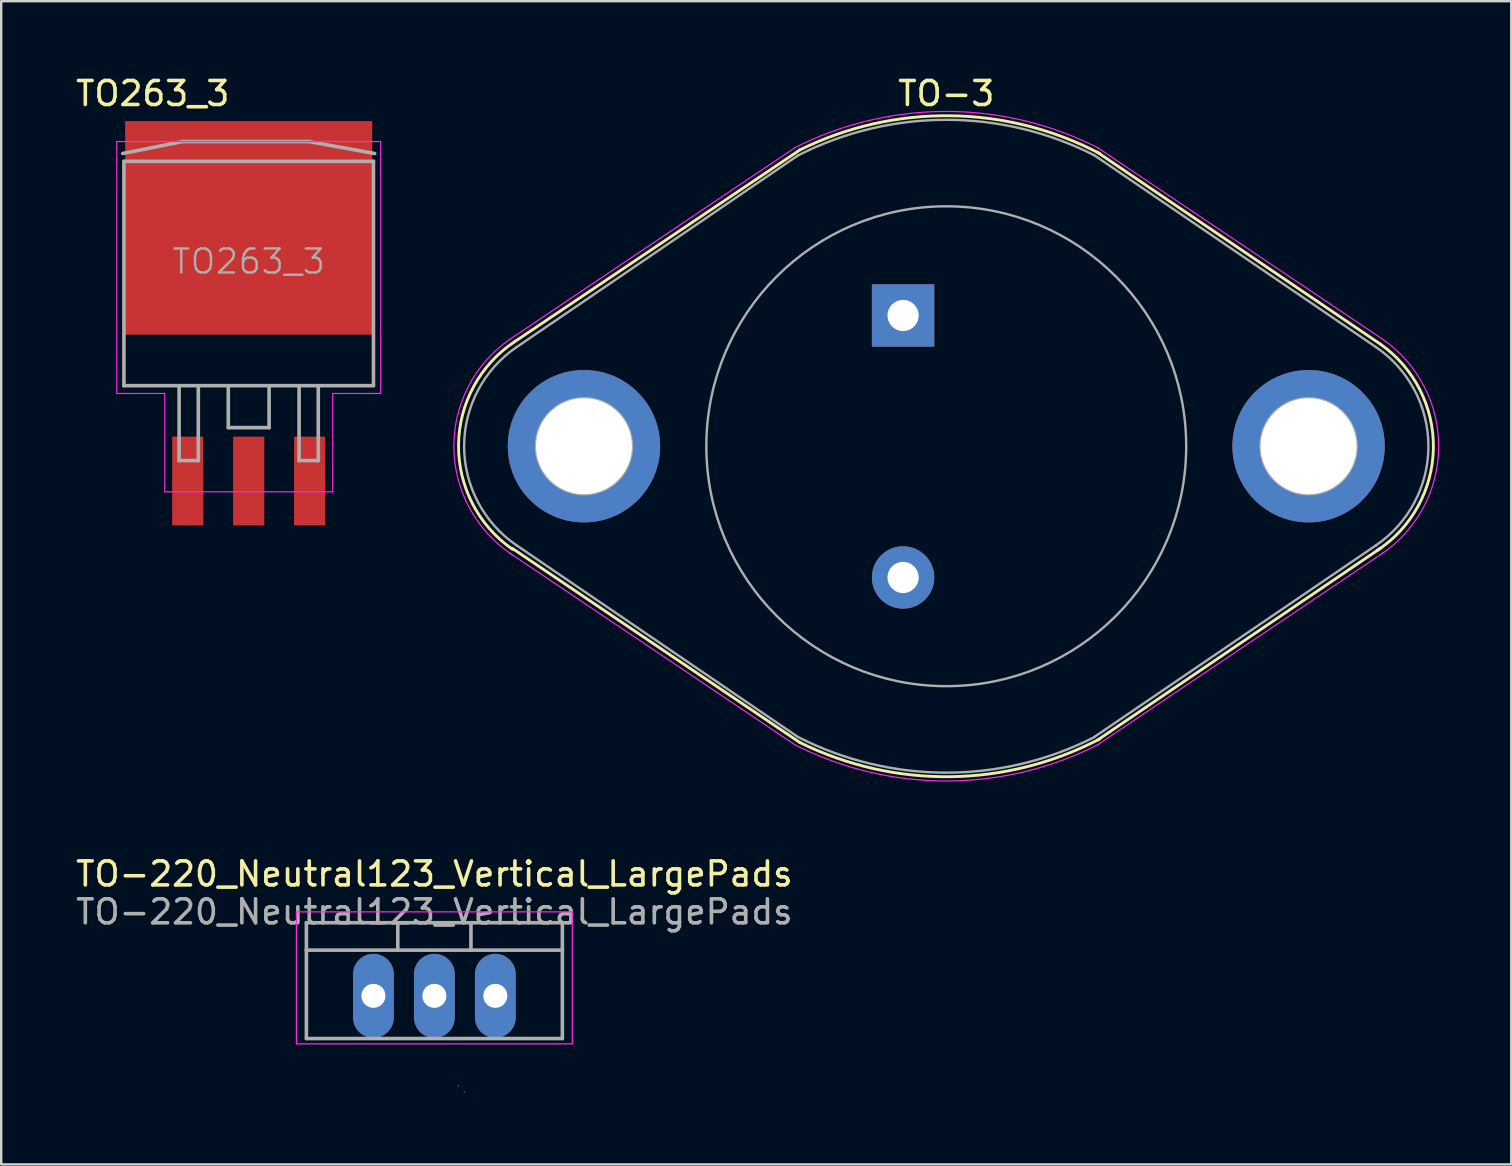
<source format=kicad_pcb>
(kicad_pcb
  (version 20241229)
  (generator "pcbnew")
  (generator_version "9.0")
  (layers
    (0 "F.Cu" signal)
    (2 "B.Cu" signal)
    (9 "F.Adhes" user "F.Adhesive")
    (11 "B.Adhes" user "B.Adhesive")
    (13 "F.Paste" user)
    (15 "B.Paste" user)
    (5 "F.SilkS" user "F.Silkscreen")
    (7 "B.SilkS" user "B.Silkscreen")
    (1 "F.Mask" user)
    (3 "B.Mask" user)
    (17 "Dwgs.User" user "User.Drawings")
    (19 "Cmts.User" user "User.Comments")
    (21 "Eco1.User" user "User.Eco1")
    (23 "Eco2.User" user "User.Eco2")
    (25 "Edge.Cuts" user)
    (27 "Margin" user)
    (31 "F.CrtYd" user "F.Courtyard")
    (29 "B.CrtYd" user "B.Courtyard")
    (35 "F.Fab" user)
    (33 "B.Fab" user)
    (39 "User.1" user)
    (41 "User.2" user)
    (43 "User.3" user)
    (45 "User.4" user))
  (footprint "TO-3"
    (layer "F.Cu")
    (at 34.589 10.098)
    (property "Reference" "TO-3" (at 1.8 -9.25 0) (layer "F.SilkS") (effects (font (size 1 1) (thickness 0.15))))
    (attr through_hole)
    (fp_line (start -4.3 -6.9) (end -16.2 1.1) (stroke (width 0.12) (type solid)) (layer "F.SilkS"))
    (fp_line (start -4.3 17.8) (end -16.3 9.7) (stroke (width 0.12) (type solid)) (layer "F.SilkS"))
    (fp_line (start 8.1 -6.8) (end 19.9 1.2) (stroke (width 0.12) (type solid)) (layer "F.SilkS"))
    (fp_line (start 8.1 17.7) (end 19.9 9.7) (stroke (width 0.12) (type solid)) (layer "F.SilkS"))
    (fp_arc (start -16.276967 9.747694) (mid -18.527843 5.403471) (end -16.2 1.1) (stroke (width 0.12) (type solid)) (layer "F.SilkS"))
    (fp_arc (start -4.3 -6.9) (mid 1.971643 -8.323273) (end 8.20587 -6.744152) (stroke (width 0.12) (type solid)) (layer "F.SilkS"))
    (fp_arc (start 8.20587 17.644152) (mid 1.971643 19.223273) (end -4.3 17.8) (stroke (width 0.12) (type solid)) (layer "F.SilkS"))
    (fp_arc (start 19.9 1.2) (mid 22.101343 5.542388) (end 19.747176 9.803859) (stroke (width 0.12) (type solid)) (layer "F.SilkS"))
    (fp_line (start -4.5 -7) (end -16.4 1) (stroke (width 0.05) (type solid)) (layer "F.CrtYd"))
    (fp_line (start -4.5 17.9) (end -16.4 9.9) (stroke (width 0.05) (type solid)) (layer "F.CrtYd"))
    (fp_line (start 8.1 -7) (end 20 1) (stroke (width 0.05) (type solid)) (layer "F.CrtYd"))
    (fp_line (start 8.1 17.9) (end 20 9.9) (stroke (width 0.05) (type solid)) (layer "F.CrtYd"))
    (fp_arc (start -16.296319 9.970461) (mid -18.722967 5.512679) (end -16.4 1) (stroke (width 0.05) (type solid)) (layer "F.CrtYd"))
    (fp_arc (start -4.5 -7) (mid 1.838841 -8.503171) (end 8.169214 -6.964733) (stroke (width 0.05) (type solid)) (layer "F.CrtYd"))
    (fp_arc (start 8.169214 17.864733) (mid 1.838841 19.403171) (end -4.5 17.9) (stroke (width 0.05) (type solid)) (layer "F.CrtYd"))
    (fp_arc (start 20 1) (mid 22.322967 5.512679) (end 19.896319 9.970461) (stroke (width 0.05) (type solid)) (layer "F.CrtYd"))
    (fp_line (start -4.38 -6.67) (end -16.11 1.32) (stroke (width 0.1) (type solid)) (layer "F.Fab"))
    (fp_line (start -4.38 17.57) (end -16.11 9.58) (stroke (width 0.1) (type solid)) (layer "F.Fab"))
    (fp_line (start 7.98 -6.67) (end 19.71 1.32) (stroke (width 0.1) (type solid)) (layer "F.Fab"))
    (fp_line (start 7.98 17.56) (end 19.71 9.58) (stroke (width 0.1) (type solid)) (layer "F.Fab"))
    (fp_arc (start -16.105547 9.583026) (mid -18.295297 5.452692) (end -16.11 1.32) (stroke (width 0.1) (type solid)) (layer "F.Fab"))
    (fp_arc (start -4.38 -6.67) (mid 1.795945 -8.15466) (end 7.972773 -6.673682) (stroke (width 0.1) (type solid)) (layer "F.Fab"))
    (fp_arc (start 7.972773 17.573682) (mid 1.795945 19.05466) (end -4.38 17.57) (stroke (width 0.1) (type solid)) (layer "F.Fab"))
    (fp_arc (start 19.71 1.32) (mid 21.895297 5.452692) (end 19.705547 9.583026) (stroke (width 0.1) (type solid)) (layer "F.Fab"))
    (fp_circle (center -13.3 5.45) (end -15.3 5.45) (stroke (width 0.1) (type solid)) (fill no) (layer "F.Fab"))
    (fp_circle (center 1.8 5.45) (end 11.8 5.45) (stroke (width 0.1) (type solid)) (fill no) (layer "F.Fab"))
    (fp_circle (center 16.9 5.45) (end 18.9 5.45) (stroke (width 0.1) (type solid)) (fill no) (layer "F.Fab"))
    (pad "1" thru_hole rect (at 0 0) (size 2.6 2.6) (drill 1.3) (layers "*.Cu" "*.Mask"))
    (pad "2" thru_hole circle (at 0 10.92) (size 2.6 2.6) (drill 1.3) (layers "*.Cu" "*.Mask"))
    (pad "3" thru_hole circle (at -13.3 5.45) (size 6.35 6.35) (drill 4) (layers "*.Cu" "*.Mask"))
    (pad "3" thru_hole circle (at 16.9 5.45) (size 6.35 6.35) (drill 4) (layers "*.Cu" "*.Mask")))
  (footprint "TO263_3"
    (layer "F.Cu")
    (at 7.315 8.348)
    (property "Reference" "TO263_3" (at -4 -7.5 180) (layer "F.SilkS") (effects (font (size 1 1) (thickness 0.15))))
    (attr smd)
    (fp_line (start -5.5 -5.5) (end -5.5 5) (stroke (width 0.05) (type solid)) (layer "F.CrtYd"))
    (fp_line (start -5.5 -5.5) (end 5.5 -5.5) (stroke (width 0.05) (type solid)) (layer "F.CrtYd"))
    (fp_line (start -3.5 5) (end -5.5 5) (stroke (width 0.05) (type solid)) (layer "F.CrtYd"))
    (fp_line (start -3.5 9.1) (end -3.5 5) (stroke (width 0.05) (type solid)) (layer "F.CrtYd"))
    (fp_line (start -3.5 9.1) (end 3.5 9.1) (stroke (width 0.05) (type solid)) (layer "F.CrtYd"))
    (fp_line (start 3.5 5) (end 5.5 5) (stroke (width 0.05) (type solid)) (layer "F.CrtYd"))
    (fp_line (start 3.5 9.1) (end 3.5 5) (stroke (width 0.05) (type solid)) (layer "F.CrtYd"))
    (fp_line (start 5.5 -5.5) (end 5.5 5) (stroke (width 0.05) (type solid)) (layer "F.CrtYd"))
    (fp_line (start -5.2 -4.675) (end -5.2 4.675) (stroke (width 0.15) (type solid)) (layer "F.Fab"))
    (fp_line (start -5.2 4.675) (end 5.2 4.675) (stroke (width 0.15) (type solid)) (layer "F.Fab"))
    (fp_line (start -2.9 7.8) (end -2.9 4.7) (stroke (width 0.15) (type solid)) (layer "F.Fab"))
    (fp_line (start -2.9 7.8) (end -2.1 7.8) (stroke (width 0.15) (type solid)) (layer "F.Fab"))
    (fp_line (start -2.75 -5.5) (end -5.25 -5) (stroke (width 0.15) (type solid)) (layer "F.Fab"))
    (fp_line (start -2.75 -5.5) (end 2.5 -5.5) (stroke (width 0.15) (type solid)) (layer "F.Fab"))
    (fp_line (start -2.1 7.8) (end -2.1 4.7) (stroke (width 0.15) (type solid)) (layer "F.Fab"))
    (fp_line (start -0.85 4.75) (end -0.85 6.425) (stroke (width 0.15) (type solid)) (layer "F.Fab"))
    (fp_line (start -0.85 6.425) (end 0.85 6.425) (stroke (width 0.15) (type solid)) (layer "F.Fab"))
    (fp_line (start 0.85 6.425) (end 0.85 4.7) (stroke (width 0.15) (type solid)) (layer "F.Fab"))
    (fp_line (start 2.1 7.8) (end 2.1 4.7) (stroke (width 0.15) (type solid)) (layer "F.Fab"))
    (fp_line (start 2.1 7.8) (end 2.9 7.8) (stroke (width 0.15) (type solid)) (layer "F.Fab"))
    (fp_line (start 2.5 -5.5) (end 5.25 -5) (stroke (width 0.15) (type solid)) (layer "F.Fab"))
    (fp_line (start 2.9 4.7) (end 2.9 7.8) (stroke (width 0.15) (type solid)) (layer "F.Fab"))
    (fp_line (start 5.2 -4.675) (end -5.2 -4.675) (stroke (width 0.15) (type solid)) (layer "F.Fab"))
    (fp_line (start 5.2 4.675) (end 5.2 -4.675) (stroke (width 0.15) (type solid)) (layer "F.Fab"))
    (fp_text user "${REFERENCE}" (at 0 -0.5 0) (layer "F.Fab") (effects (font (size 1 1) (thickness 0.1))))
    (pad "1" smd rect (at -2.54 8.65) (size 1.3 3.7) (layers "F.Cu" "F.Mask" "F.Paste"))
    (pad "2" smd rect (at 0 8.65) (size 1.3 3.7) (layers "F.Cu" "F.Mask" "F.Paste"))
    (pad "3" smd rect (at 2.54 8.65) (size 1.3 3.7) (layers "F.Cu" "F.Mask" "F.Paste"))
    (pad "4" smd rect (at 0 -1.9) (size 10.3 8.9) (layers "F.Cu" "F.Mask" "F.Paste")))
  (footprint "TO-220_Neutral123_Vertical_LargePads"
    (layer "F.Cu")
    (at 15.054 38.455)
    (property "Reference" "TO-220_Neutral123_Vertical_LargePads" (at 0 -5.08 0) (layer "F.SilkS") (effects (font (size 1 1) (thickness 0.15))))
    (attr through_hole)
    (fp_line (start -5.75 -3.5) (end 5.75 -3.5) (stroke (width 0.05) (type solid)) (layer "F.CrtYd"))
    (fp_line (start -5.75 2) (end -5.75 -3.5) (stroke (width 0.05) (type solid)) (layer "F.CrtYd"))
    (fp_line (start 1 3.75) (end 1 3.75) (stroke (width 0.05) (type solid)) (layer "F.CrtYd"))
    (fp_line (start 1.25 4) (end 1.25 4) (stroke (width 0.05) (type solid)) (layer "F.CrtYd"))
    (fp_line (start 5.75 -3.5) (end 5.75 2) (stroke (width 0.05) (type solid)) (layer "F.CrtYd"))
    (fp_line (start 5.75 2) (end -5.75 2) (stroke (width 0.05) (type solid)) (layer "F.CrtYd"))
    (fp_line (start -5.334 -1.905) (end -5.334 -3.048) (stroke (width 0.15) (type solid)) (layer "F.Fab"))
    (fp_line (start -5.334 1.778) (end -5.334 -1.905) (stroke (width 0.15) (type solid)) (layer "F.Fab"))
    (fp_line (start -1.524 -3.048) (end -1.524 -1.905) (stroke (width 0.15) (type solid)) (layer "F.Fab"))
    (fp_line (start 0 -3.048) (end -5.334 -3.048) (stroke (width 0.15) (type solid)) (layer "F.Fab"))
    (fp_line (start 0 -3.048) (end 5.334 -3.048) (stroke (width 0.15) (type solid)) (layer "F.Fab"))
    (fp_line (start 1.524 -3.048) (end 1.524 -1.905) (stroke (width 0.15) (type solid)) (layer "F.Fab"))
    (fp_line (start 5.334 -3.048) (end 5.334 -1.905) (stroke (width 0.15) (type solid)) (layer "F.Fab"))
    (fp_line (start 5.334 -1.905) (end -5.334 -1.905) (stroke (width 0.15) (type solid)) (layer "F.Fab"))
    (fp_line (start 5.334 -1.905) (end 5.334 1.778) (stroke (width 0.15) (type solid)) (layer "F.Fab"))
    (fp_line (start 5.334 1.778) (end -5.334 1.778) (stroke (width 0.15) (type solid)) (layer "F.Fab"))
    (fp_text user "${REFERENCE}" (at 0 -3.5 0) (layer "F.Fab") (effects (font (size 1 1) (thickness 0.15))))
    (pad "1" thru_hole oval (at -2.54 0 90) (size 3.5 1.699) (drill 1.001) (layers "*.Cu" "*.Mask"))
    (pad "2" thru_hole oval (at 0 0 90) (size 3.5 1.699) (drill 1.001) (layers "*.Cu" "*.Mask"))
    (pad "3" thru_hole oval (at 2.54 0 90) (size 3.5 1.699) (drill 1.001) (layers "*.Cu" "*.Mask")))
  (gr_rect
    (start -3 -3)
    (end 59.937 45.48)
    (stroke (width 0.1) (type default))
    (fill no)
    (layer "Edge.Cuts")))
</source>
